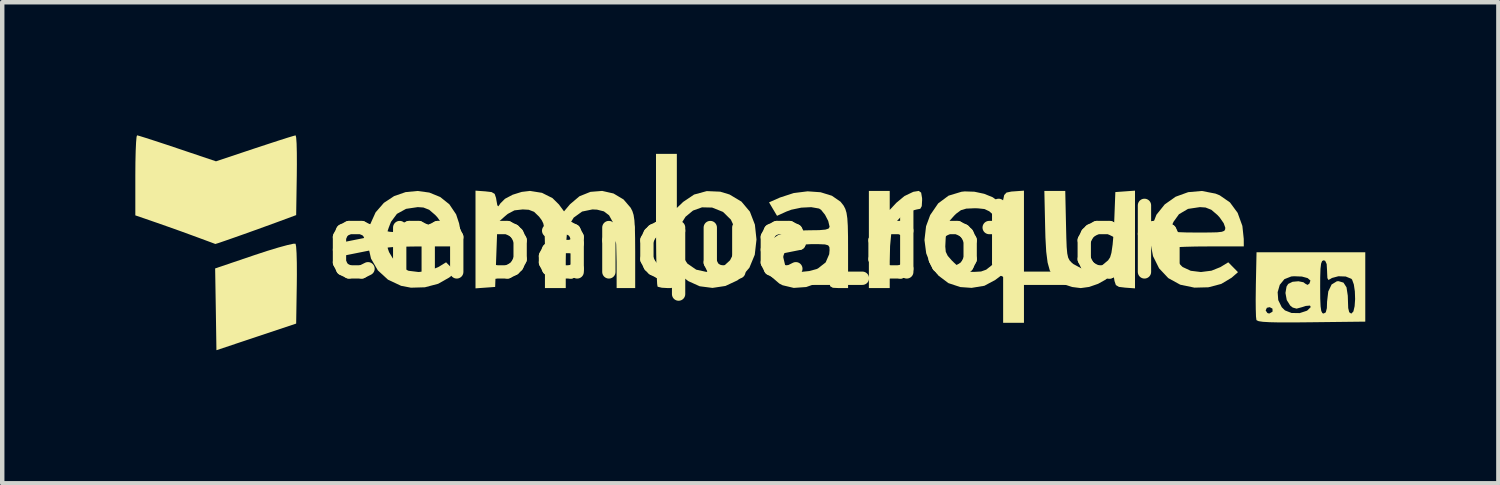
<source format=kicad_pcb>
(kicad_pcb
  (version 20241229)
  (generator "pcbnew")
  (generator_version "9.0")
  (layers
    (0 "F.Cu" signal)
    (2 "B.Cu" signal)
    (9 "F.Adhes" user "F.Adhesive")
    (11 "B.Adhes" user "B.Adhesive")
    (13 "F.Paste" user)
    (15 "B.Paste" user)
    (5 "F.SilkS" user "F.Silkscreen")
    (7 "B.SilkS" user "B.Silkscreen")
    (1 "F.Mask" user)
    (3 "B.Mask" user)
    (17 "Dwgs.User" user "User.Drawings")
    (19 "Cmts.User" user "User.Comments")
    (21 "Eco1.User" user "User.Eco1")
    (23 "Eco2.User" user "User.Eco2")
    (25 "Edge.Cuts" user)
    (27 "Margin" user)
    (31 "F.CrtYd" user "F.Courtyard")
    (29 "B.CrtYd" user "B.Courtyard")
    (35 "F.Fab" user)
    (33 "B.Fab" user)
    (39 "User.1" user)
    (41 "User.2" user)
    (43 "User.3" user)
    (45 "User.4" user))
  (footprint "embarque_dot_ch"
    (layer "F.Cu")
    (at 14.03 2.4)
    (property "Reference" "embarque_dot_ch" (at 0 0 0) (layer "F.SilkS") (effects (font (size 1.5 1.5) (thickness 0.3))))
    (attr board_only exclude_from_pos_files exclude_from_bom)
    (fp_poly (pts (xy -10.406 0.107) (xy -10.396 0.257) (xy -10.39 0.476) (xy -10.389 0.744) (xy -10.391 0.964) (xy -10.405 1.843) (xy -11.304 2.143) (xy -12.202 2.443) (xy -12.216 1.521) (xy -12.231 0.6) (xy -11.346 0.3) (xy -11.06 0.206) (xy -10.807 0.129) (xy -10.605 0.074) (xy -10.47 0.044) (xy -10.419 0.043)) (stroke (width 0) (type solid)) (fill yes) (layer "F.SilkS"))
    (fp_poly (pts (xy 2.973 -0.933) (xy 2.973 -0.719) (xy 3.123 -0.88) (xy 3.307 -1.033) (xy 3.505 -1.127) (xy 3.628 -1.147) (xy 3.681 -1.108) (xy 3.702 -0.983) (xy 3.703 -0.939) (xy 3.695 -0.804) (xy 3.661 -0.744) (xy 3.586 -0.73) (xy 3.411 -0.686) (xy 3.233 -0.574) (xy 3.092 -0.42) (xy 3.048 -0.34) (xy 3.006 -0.171) (xy 2.981 0.093) (xy 2.973 0.442) (xy 2.973 1.043) (xy 2.738 1.043) (xy 2.503 1.043) (xy 2.503 -0.052) (xy 2.503 -1.147) (xy 2.738 -1.147) (xy 2.973 -1.147)) (stroke (width 0) (type solid)) (fill yes) (layer "F.SilkS"))
    (fp_poly (pts (xy -13.931 -2.384) (xy -13.789 -2.34) (xy -13.582 -2.273) (xy -13.326 -2.189) (xy -13.082 -2.107) (xy -12.212 -1.814) (xy -11.335 -2.107) (xy -11.049 -2.201) (xy -10.798 -2.283) (xy -10.597 -2.347) (xy -10.464 -2.387) (xy -10.417 -2.399) (xy -10.405 -2.35) (xy -10.395 -2.213) (xy -10.39 -2.006) (xy -10.389 -1.744) (xy -10.391 -1.5) (xy -10.405 -0.602) (xy -10.875 -0.428) (xy -11.09 -0.35) (xy -11.33 -0.263) (xy -11.576 -0.175) (xy -11.808 -0.093) (xy -12.006 -0.024) (xy -12.151 0.026) (xy -12.223 0.048) (xy -12.227 0.049) (xy -12.274 0.031) (xy -12.398 -0.015) (xy -12.579 -0.082) (xy -12.726 -0.136) (xy -12.997 -0.235) (xy -13.289 -0.339) (xy -13.551 -0.431) (xy -13.626 -0.457) (xy -14.03 -0.596) (xy -14.03 -1.498) (xy -14.028 -1.791) (xy -14.022 -2.045) (xy -14.013 -2.242) (xy -14.002 -2.365) (xy -13.991 -2.4)) (stroke (width 0) (type solid)) (fill yes) (layer "F.SilkS"))
    (fp_poly (pts (xy 8.501 -0.052) (xy 8.501 1.049) (xy 8.28 1.033) (xy 8.139 1.016) (xy 8.07 0.975) (xy 8.039 0.884) (xy 8.031 0.834) (xy 8.009 0.722) (xy 7.983 0.7) (xy 7.951 0.743) (xy 7.843 0.85) (xy 7.669 0.947) (xy 7.467 1.017) (xy 7.278 1.043) (xy 7.087 1.019) (xy 6.902 0.959) (xy 6.886 0.952) (xy 6.753 0.872) (xy 6.652 0.774) (xy 6.58 0.644) (xy 6.531 0.466) (xy 6.5 0.223) (xy 6.482 -0.099) (xy 6.476 -0.326) (xy 6.458 -1.147) (xy 6.694 -1.147) (xy 6.929 -1.147) (xy 6.946 -0.387) (xy 6.953 -0.091) (xy 6.961 0.119) (xy 6.974 0.262) (xy 6.994 0.355) (xy 7.026 0.418) (xy 7.072 0.468) (xy 7.109 0.5) (xy 7.305 0.606) (xy 7.519 0.624) (xy 7.725 0.559) (xy 7.895 0.417) (xy 7.94 0.349) (xy 7.97 0.247) (xy 7.997 0.06) (xy 8.019 -0.194) (xy 8.032 -0.443) (xy 8.058 -1.121) (xy 8.28 -1.137) (xy 8.501 -1.153)) (stroke (width 0) (type solid)) (fill yes) (layer "F.SilkS"))
    (fp_poly (pts (xy -1.825 -1.372) (xy -1.825 -0.763) (xy -1.682 -0.9) (xy -1.437 -1.065) (xy -1.151 -1.143) (xy -0.847 -1.13) (xy -0.639 -1.067) (xy -0.369 -0.906) (xy -0.179 -0.68) (xy -0.066 -0.387) (xy -0.03 -0.052) (xy -0.069 0.292) (xy -0.19 0.584) (xy -0.388 0.815) (xy -0.462 0.87) (xy -0.73 0.995) (xy -1.022 1.039) (xy -1.31 1.002) (xy -1.567 0.886) (xy -1.645 0.826) (xy -1.825 0.667) (xy -1.825 0.855) (xy -1.832 0.977) (xy -1.872 1.03) (xy -1.976 1.043) (xy -2.025 1.043) (xy -2.163 1.035) (xy -2.251 1.014) (xy -2.26 1.008) (xy -2.269 0.949) (xy -2.277 0.799) (xy -2.284 0.572) (xy -2.29 0.281) (xy -2.293 -0.06) (xy -2.294 -0.146) (xy -1.804 -0.146) (xy -1.786 0.109) (xy -1.729 0.281) (xy -1.585 0.493) (xy -1.388 0.628) (xy -1.159 0.678) (xy -0.92 0.636) (xy -0.804 0.58) (xy -0.626 0.416) (xy -0.517 0.201) (xy -0.477 -0.04) (xy -0.507 -0.282) (xy -0.607 -0.499) (xy -0.776 -0.666) (xy -0.792 -0.677) (xy -1.03 -0.772) (xy -1.258 -0.777) (xy -1.461 -0.704) (xy -1.629 -0.565) (xy -1.748 -0.375) (xy -1.804 -0.146) (xy -2.294 -0.146) (xy -2.295 -0.438) (xy -2.295 -0.504) (xy -2.295 -1.982) (xy -2.06 -1.982) (xy -1.825 -1.982)) (stroke (width 0) (type solid)) (fill yes) (layer "F.SilkS"))
    (fp_poly (pts (xy 10.316 -1.086) (xy 10.41 -1.048) (xy 10.641 -0.888) (xy 10.814 -0.653) (xy 10.921 -0.358) (xy 10.952 -0.065) (xy 10.953 0.104) (xy 10.153 0.104) (xy 9.874 0.106) (xy 9.634 0.112) (xy 9.45 0.12) (xy 9.341 0.131) (xy 9.321 0.137) (xy 9.317 0.207) (xy 9.368 0.32) (xy 9.457 0.448) (xy 9.564 0.559) (xy 9.577 0.569) (xy 9.757 0.653) (xy 9.986 0.681) (xy 10.224 0.651) (xy 10.426 0.57) (xy 10.603 0.462) (xy 10.713 0.573) (xy 10.822 0.684) (xy 10.679 0.809) (xy 10.445 0.949) (xy 10.156 1.025) (xy 9.841 1.033) (xy 9.532 0.969) (xy 9.518 0.965) (xy 9.251 0.818) (xy 9.044 0.598) (xy 8.907 0.323) (xy 8.847 0.008) (xy 8.867 -0.24) (xy 9.284 -0.24) (xy 9.333 -0.228) (xy 9.466 -0.218) (xy 9.662 -0.211) (xy 9.903 -0.209) (xy 9.91 -0.209) (xy 10.174 -0.21) (xy 10.351 -0.214) (xy 10.458 -0.226) (xy 10.513 -0.247) (xy 10.533 -0.282) (xy 10.536 -0.318) (xy 10.5 -0.419) (xy 10.411 -0.547) (xy 10.358 -0.605) (xy 10.221 -0.722) (xy 10.091 -0.773) (xy 9.964 -0.782) (xy 9.696 -0.742) (xy 9.492 -0.622) (xy 9.369 -0.451) (xy 9.314 -0.327) (xy 9.285 -0.248) (xy 9.284 -0.24) (xy 8.867 -0.24) (xy 8.874 -0.326) (xy 8.984 -0.61) (xy 9.171 -0.843) (xy 9.416 -1.016) (xy 9.7 -1.119) (xy 10.007 -1.146)) (stroke (width 0) (type solid)) (fill yes) (layer "F.SilkS"))
    (fp_poly (pts (xy -7.404 -1.11) (xy -7.159 -1.01) (xy -6.953 -0.846) (xy -6.8 -0.619) (xy -6.733 -0.416) (xy -6.699 -0.236) (xy -6.679 -0.078) (xy -6.676 -0.024) (xy -6.676 0.104) (xy -7.51 0.104) (xy -7.792 0.106) (xy -8.033 0.111) (xy -8.216 0.118) (xy -8.324 0.127) (xy -8.345 0.133) (xy -8.312 0.231) (xy -8.232 0.365) (xy -8.128 0.496) (xy -8.052 0.569) (xy -7.872 0.653) (xy -7.643 0.681) (xy -7.405 0.651) (xy -7.203 0.57) (xy -7.026 0.462) (xy -6.916 0.573) (xy -6.806 0.685) (xy -6.955 0.805) (xy -7.204 0.946) (xy -7.504 1.025) (xy -7.818 1.034) (xy -8.04 0.992) (xy -8.336 0.853) (xy -8.564 0.644) (xy -8.718 0.378) (xy -8.788 0.07) (xy -8.771 -0.236) (xy -8.345 -0.236) (xy -8.296 -0.226) (xy -8.163 -0.217) (xy -7.966 -0.211) (xy -7.726 -0.209) (xy -7.719 -0.209) (xy -7.455 -0.21) (xy -7.278 -0.214) (xy -7.171 -0.226) (xy -7.116 -0.247) (xy -7.096 -0.282) (xy -7.093 -0.318) (xy -7.129 -0.419) (xy -7.218 -0.547) (xy -7.271 -0.605) (xy -7.407 -0.722) (xy -7.537 -0.773) (xy -7.664 -0.782) (xy -7.928 -0.743) (xy -8.134 -0.63) (xy -8.267 -0.451) (xy -8.271 -0.442) (xy -8.319 -0.318) (xy -8.344 -0.242) (xy -8.345 -0.236) (xy -8.771 -0.236) (xy -8.769 -0.264) (xy -8.74 -0.386) (xy -8.615 -0.663) (xy -8.428 -0.878) (xy -8.198 -1.03) (xy -7.939 -1.12) (xy -7.669 -1.146)) (stroke (width 0) (type solid)) (fill yes) (layer "F.SilkS"))
    (fp_poly (pts (xy 5.998 0.336) (xy 5.998 1.825) (xy 5.763 1.825) (xy 5.529 1.825) (xy 5.529 1.275) (xy 5.529 0.725) (xy 5.351 0.86) (xy 5.106 0.991) (xy 4.818 1.038) (xy 4.564 1.02) (xy 4.295 0.931) (xy 4.072 0.763) (xy 3.903 0.533) (xy 3.795 0.259) (xy 3.775 0.106) (xy 4.225 0.106) (xy 4.236 0.225) (xy 4.28 0.316) (xy 4.369 0.418) (xy 4.421 0.469) (xy 4.555 0.593) (xy 4.666 0.655) (xy 4.798 0.676) (xy 4.877 0.678) (xy 5.032 0.669) (xy 5.147 0.628) (xy 5.265 0.535) (xy 5.332 0.469) (xy 5.444 0.353) (xy 5.504 0.263) (xy 5.527 0.159) (xy 5.524 0.005) (xy 5.519 -0.08) (xy 5.5 -0.277) (xy 5.466 -0.408) (xy 5.401 -0.511) (xy 5.329 -0.588) (xy 5.215 -0.689) (xy 5.106 -0.739) (xy 4.955 -0.755) (xy 4.877 -0.756) (xy 4.698 -0.748) (xy 4.578 -0.713) (xy 4.471 -0.634) (xy 4.424 -0.588) (xy 4.329 -0.481) (xy 4.275 -0.374) (xy 4.246 -0.227) (xy 4.234 -0.08) (xy 4.225 0.106) (xy 3.775 0.106) (xy 3.756 -0.041) (xy 3.792 -0.351) (xy 3.885 -0.603) (xy 4.065 -0.866) (xy 4.299 -1.04) (xy 4.59 -1.128) (xy 4.664 -1.136) (xy 4.882 -1.129) (xy 5.102 -1.082) (xy 5.294 -1.004) (xy 5.427 -0.906) (xy 5.463 -0.85) (xy 5.491 -0.81) (xy 5.514 -0.859) (xy 5.528 -0.939) (xy 5.553 -1.054) (xy 5.605 -1.11) (xy 5.716 -1.133) (xy 5.776 -1.137) (xy 5.998 -1.153)) (stroke (width 0) (type solid)) (fill yes) (layer "F.SilkS"))
    (fp_poly (pts (xy -6.141 -1.137) (xy -6.001 -1.121) (xy -5.931 -1.08) (xy -5.9 -0.988) (xy -5.892 -0.939) (xy -5.871 -0.823) (xy -5.849 -0.799) (xy -5.809 -0.855) (xy -5.802 -0.867) (xy -5.698 -0.97) (xy -5.526 -1.061) (xy -5.321 -1.125) (xy -5.135 -1.147) (xy -4.865 -1.104) (xy -4.628 -0.985) (xy -4.484 -0.843) (xy -4.368 -0.686) (xy -4.233 -0.846) (xy -4.021 -1.026) (xy -3.772 -1.126) (xy -3.508 -1.147) (xy -3.252 -1.089) (xy -3.027 -0.955) (xy -2.868 -0.77) (xy -2.828 -0.694) (xy -2.8 -0.606) (xy -2.782 -0.487) (xy -2.771 -0.318) (xy -2.766 -0.082) (xy -2.764 0.222) (xy -2.764 1.043) (xy -2.973 1.043) (xy -3.182 1.043) (xy -3.183 0.456) (xy -3.192 0.065) (xy -3.22 -0.234) (xy -3.272 -0.451) (xy -3.353 -0.598) (xy -3.469 -0.686) (xy -3.624 -0.725) (xy -3.727 -0.73) (xy -3.96 -0.682) (xy -4.15 -0.545) (xy -4.277 -0.338) (xy -4.298 -0.233) (xy -4.314 -0.05) (xy -4.325 0.184) (xy -4.329 0.421) (xy -4.329 1.043) (xy -4.564 1.043) (xy -4.798 1.043) (xy -4.798 0.317) (xy -4.799 0.027) (xy -4.804 -0.178) (xy -4.815 -0.318) (xy -4.835 -0.414) (xy -4.869 -0.485) (xy -4.918 -0.551) (xy -4.933 -0.57) (xy -5.043 -0.676) (xy -5.162 -0.722) (xy -5.298 -0.73) (xy -5.485 -0.709) (xy -5.636 -0.629) (xy -5.697 -0.578) (xy -5.868 -0.426) (xy -5.894 0.296) (xy -5.92 1.017) (xy -6.141 1.033) (xy -6.363 1.049) (xy -6.363 -0.052) (xy -6.363 -1.153)) (stroke (width 0) (type solid)) (fill yes) (layer "F.SilkS"))
    (fp_poly (pts (xy 1.415 -1.117) (xy 1.67 -1.038) (xy 1.864 -0.904) (xy 1.934 -0.815) (xy 1.972 -0.742) (xy 1.999 -0.653) (xy 2.017 -0.532) (xy 2.028 -0.359) (xy 2.033 -0.117) (xy 2.034 0.196) (xy 2.034 1.043) (xy 1.825 1.043) (xy 1.691 1.036) (xy 1.631 1.002) (xy 1.617 0.925) (xy 1.617 0.92) (xy 1.617 0.797) (xy 1.373 0.92) (xy 1.091 1.019) (xy 0.81 1.039) (xy 0.558 0.979) (xy 0.485 0.941) (xy 0.279 0.765) (xy 0.168 0.548) (xy 0.147 0.368) (xy 0.15 0.351) (xy 0.574 0.351) (xy 0.615 0.524) (xy 0.739 0.634) (xy 0.94 0.677) (xy 0.976 0.678) (xy 1.159 0.659) (xy 1.326 0.614) (xy 1.357 0.599) (xy 1.529 0.464) (xy 1.609 0.279) (xy 1.617 0.186) (xy 1.613 0.119) (xy 1.585 0.079) (xy 1.514 0.059) (xy 1.376 0.053) (xy 1.211 0.052) (xy 0.926 0.067) (xy 0.732 0.113) (xy 0.618 0.197) (xy 0.575 0.322) (xy 0.574 0.351) (xy 0.15 0.351) (xy 0.182 0.139) (xy 0.284 -0.034) (xy 0.461 -0.155) (xy 0.72 -0.228) (xy 1.067 -0.258) (xy 1.16 -0.26) (xy 1.385 -0.263) (xy 1.523 -0.275) (xy 1.594 -0.298) (xy 1.617 -0.335) (xy 1.617 -0.342) (xy 1.587 -0.47) (xy 1.514 -0.611) (xy 1.425 -0.721) (xy 1.38 -0.75) (xy 1.203 -0.781) (xy 0.979 -0.77) (xy 0.754 -0.723) (xy 0.647 -0.683) (xy 0.433 -0.586) (xy 0.343 -0.737) (xy 0.253 -0.889) (xy 0.499 -0.998) (xy 0.809 -1.099) (xy 1.122 -1.138)) (stroke (width 0) (type solid)) (fill yes) (layer "F.SilkS"))
    (fp_poly (pts (xy 13.691 1.017) (xy 13.691 1.799) (xy 12.477 1.813) (xy 12.075 1.817) (xy 11.766 1.817) (xy 11.539 1.812) (xy 11.384 1.803) (xy 11.289 1.789) (xy 11.244 1.769) (xy 11.237 1.759) (xy 11.228 1.684) (xy 11.224 1.547) (xy 11.446 1.547) (xy 11.485 1.605) (xy 11.526 1.617) (xy 11.594 1.579) (xy 11.602 1.568) (xy 11.599 1.506) (xy 11.536 1.473) (xy 11.473 1.487) (xy 11.446 1.547) (xy 11.224 1.547) (xy 11.223 1.526) (xy 11.221 1.305) (xy 11.223 1.135) (xy 11.716 1.135) (xy 11.729 1.313) (xy 11.808 1.474) (xy 11.881 1.546) (xy 12.029 1.604) (xy 12.211 1.607) (xy 12.371 1.555) (xy 12.39 1.543) (xy 12.462 1.471) (xy 12.445 1.437) (xy 12.351 1.445) (xy 12.269 1.472) (xy 12.143 1.506) (xy 12.056 1.482) (xy 11.999 1.437) (xy 11.921 1.312) (xy 11.892 1.153) (xy 11.915 1.017) (xy 12.674 1.017) (xy 12.676 1.28) (xy 12.684 1.456) (xy 12.699 1.559) (xy 12.724 1.607) (xy 12.752 1.617) (xy 12.801 1.59) (xy 12.825 1.495) (xy 12.83 1.347) (xy 12.857 1.119) (xy 12.932 0.962) (xy 13.05 0.89) (xy 13.089 0.887) (xy 13.2 0.92) (xy 13.268 1.026) (xy 13.297 1.216) (xy 13.3 1.314) (xy 13.306 1.493) (xy 13.329 1.587) (xy 13.372 1.617) (xy 13.378 1.617) (xy 13.423 1.57) (xy 13.451 1.451) (xy 13.462 1.29) (xy 13.456 1.116) (xy 13.433 0.961) (xy 13.394 0.853) (xy 13.376 0.833) (xy 13.25 0.782) (xy 13.086 0.776) (xy 12.94 0.815) (xy 12.905 0.837) (xy 12.86 0.86) (xy 12.837 0.817) (xy 12.831 0.691) (xy 12.83 0.658) (xy 12.821 0.501) (xy 12.787 0.428) (xy 12.752 0.417) (xy 12.718 0.433) (xy 12.695 0.492) (xy 12.681 0.61) (xy 12.675 0.804) (xy 12.674 1.017) (xy 11.915 1.017) (xy 11.917 1.007) (xy 11.954 0.949) (xy 12.052 0.901) (xy 12.184 0.889) (xy 12.298 0.912) (xy 12.338 0.943) (xy 12.39 0.971) (xy 12.432 0.941) (xy 12.455 0.873) (xy 12.392 0.818) (xy 12.263 0.783) (xy 12.087 0.776) (xy 12.022 0.781) (xy 11.868 0.842) (xy 11.764 0.969) (xy 11.716 1.135) (xy 11.223 1.135) (xy 11.224 1.044) (xy 11.225 0.962) (xy 11.24 0.235) (xy 12.465 0.235) (xy 13.691 0.235)) (stroke (width 0) (type solid)) (fill yes) (layer "F.SilkS")))
  (gr_rect
    (start -3 -3)
    (end 30.721 7.842)
    (stroke (width 0.1) (type default))
    (fill no)
    (layer "Edge.Cuts")))
</source>
